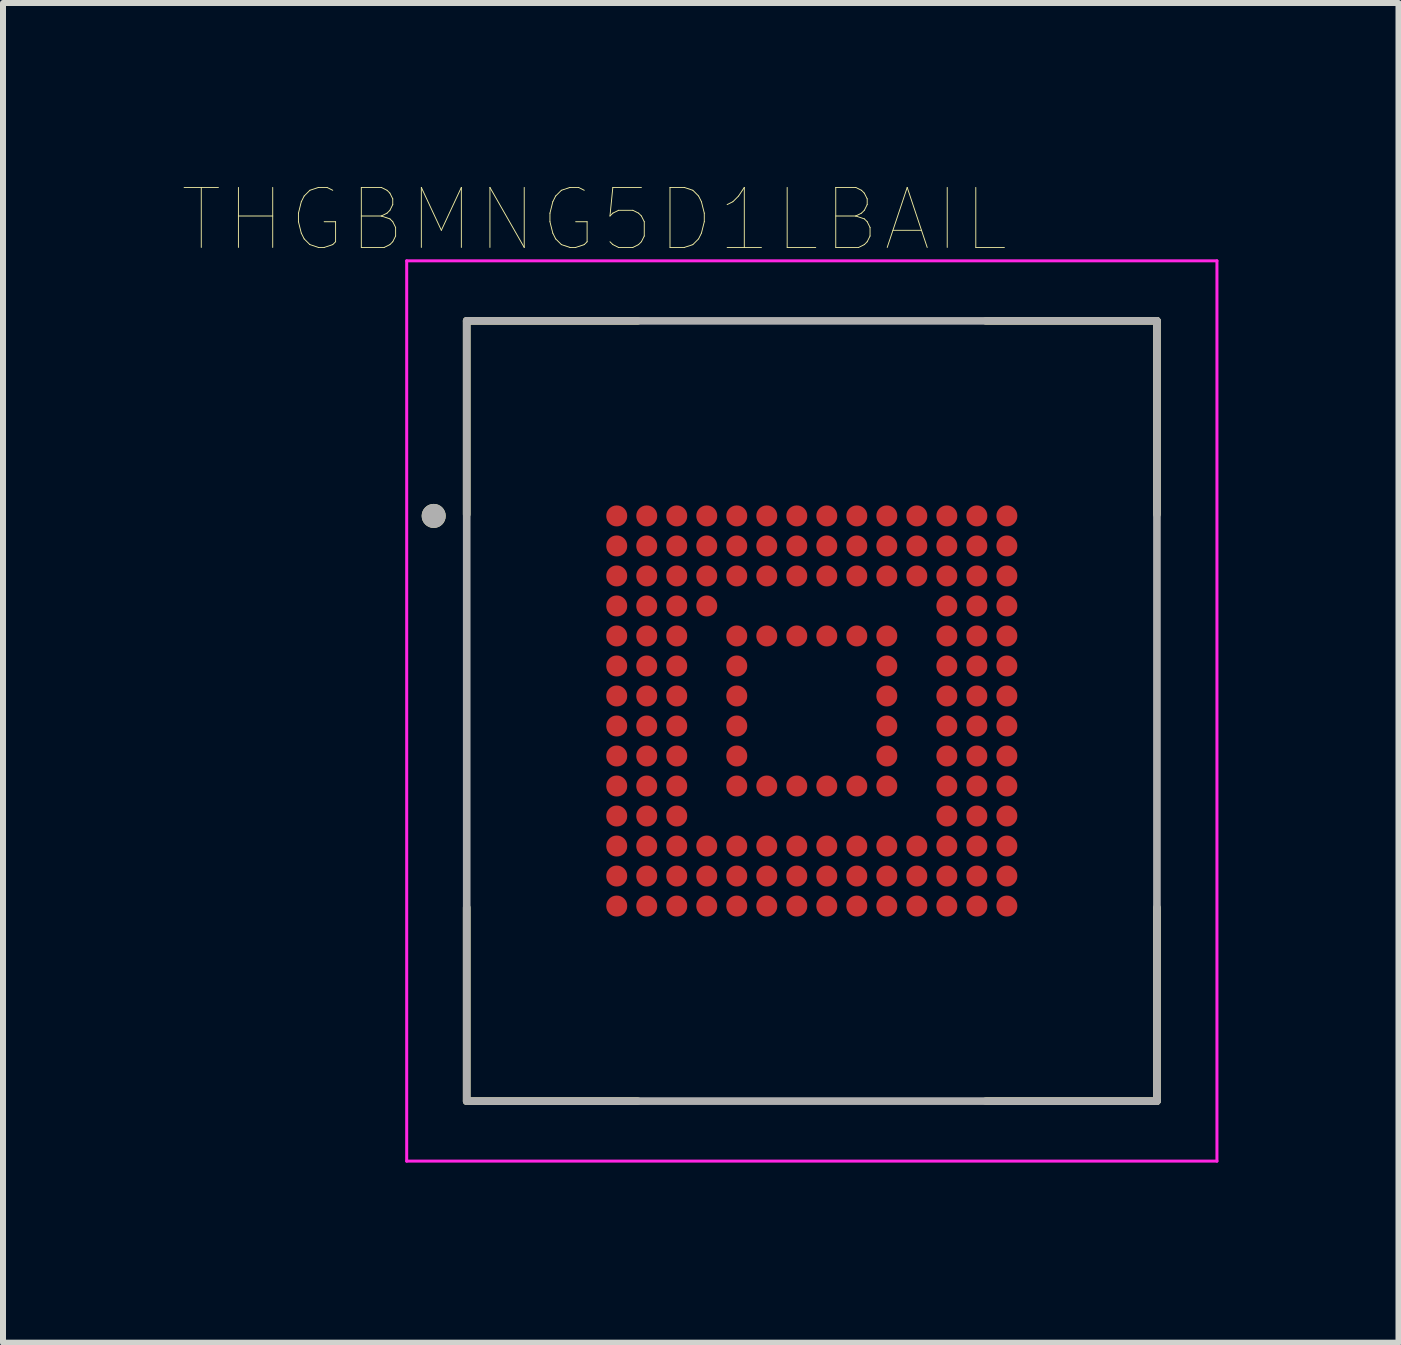
<source format=kicad_pcb>
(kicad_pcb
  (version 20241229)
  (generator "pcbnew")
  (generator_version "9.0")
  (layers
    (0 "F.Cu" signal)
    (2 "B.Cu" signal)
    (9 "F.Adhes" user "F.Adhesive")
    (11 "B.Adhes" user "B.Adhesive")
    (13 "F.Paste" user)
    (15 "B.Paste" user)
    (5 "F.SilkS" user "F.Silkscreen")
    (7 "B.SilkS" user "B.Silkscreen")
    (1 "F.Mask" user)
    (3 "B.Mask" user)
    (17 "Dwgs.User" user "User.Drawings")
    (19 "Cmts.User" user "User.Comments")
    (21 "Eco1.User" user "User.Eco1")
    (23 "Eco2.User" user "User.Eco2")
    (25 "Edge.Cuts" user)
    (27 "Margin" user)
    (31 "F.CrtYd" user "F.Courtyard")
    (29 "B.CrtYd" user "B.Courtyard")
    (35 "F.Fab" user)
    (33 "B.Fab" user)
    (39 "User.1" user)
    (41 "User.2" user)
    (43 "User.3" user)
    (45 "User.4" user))
  (footprint "THGBMNG5D1LBAIL"
    (layer "F.Cu")
    (at 10.476 8.796)
    (property "Reference" "THGBMNG5D1LBAIL" (at -3.625 -8.185 0) (layer "F.SilkS") (effects (font (size 1 1) (thickness 0.015))))
    (attr smd)
    (fp_line (start -5.75 -6.5) (end -5.75 -3.275) (stroke (width 0.127) (type solid)) (layer "F.SilkS"))
    (fp_line (start -5.75 -6.5) (end -2.9 -6.5) (stroke (width 0.127) (type solid)) (layer "F.SilkS"))
    (fp_line (start -5.75 6.5) (end -5.75 3.275) (stroke (width 0.127) (type solid)) (layer "F.SilkS"))
    (fp_line (start -5.75 6.5) (end -2.9 6.5) (stroke (width 0.127) (type solid)) (layer "F.SilkS"))
    (fp_line (start 5.75 -6.5) (end 2.9 -6.5) (stroke (width 0.127) (type solid)) (layer "F.SilkS"))
    (fp_line (start 5.75 -6.5) (end 5.75 -3.275) (stroke (width 0.127) (type solid)) (layer "F.SilkS"))
    (fp_line (start 5.75 6.5) (end 2.9 6.5) (stroke (width 0.127) (type solid)) (layer "F.SilkS"))
    (fp_line (start 5.75 6.5) (end 5.75 3.275) (stroke (width 0.127) (type solid)) (layer "F.SilkS"))
    (fp_circle (center -6.3 -3.25) (end -6.2 -3.25) (stroke (width 0.2) (type solid)) (fill no) (layer "F.SilkS"))
    (fp_line (start -6.75 -7.5) (end 6.75 -7.5) (stroke (width 0.05) (type solid)) (layer "F.CrtYd"))
    (fp_line (start -6.75 7.5) (end -6.75 -7.5) (stroke (width 0.05) (type solid)) (layer "F.CrtYd"))
    (fp_line (start -6.75 7.5) (end 6.75 7.5) (stroke (width 0.05) (type solid)) (layer "F.CrtYd"))
    (fp_line (start 6.75 7.5) (end 6.75 -7.5) (stroke (width 0.05) (type solid)) (layer "F.CrtYd"))
    (fp_line (start -5.75 6.5) (end -5.75 -6.5) (stroke (width 0.127) (type solid)) (layer "F.Fab"))
    (fp_line (start 5.75 -6.5) (end -5.75 -6.5) (stroke (width 0.127) (type solid)) (layer "F.Fab"))
    (fp_line (start 5.75 6.5) (end -5.75 6.5) (stroke (width 0.127) (type solid)) (layer "F.Fab"))
    (fp_line (start 5.75 6.5) (end 5.75 -6.5) (stroke (width 0.127) (type solid)) (layer "F.Fab"))
    (fp_circle (center -6.3 -3.25) (end -6.2 -3.25) (stroke (width 0.2) (type solid)) (fill no) (layer "F.Fab"))
    (pad "A1" smd circle (at -3.25 -3.25) (size 0.35 0.35) (layers "F.Cu" "F.Mask" "F.Paste"))
    (pad "A2" smd circle (at -2.75 -3.25) (size 0.35 0.35) (layers "F.Cu" "F.Mask" "F.Paste"))
    (pad "A3" smd circle (at -2.25 -3.25) (size 0.35 0.35) (layers "F.Cu" "F.Mask" "F.Paste"))
    (pad "A4" smd circle (at -1.75 -3.25) (size 0.35 0.35) (layers "F.Cu" "F.Mask" "F.Paste"))
    (pad "A5" smd circle (at -1.25 -3.25) (size 0.35 0.35) (layers "F.Cu" "F.Mask" "F.Paste"))
    (pad "A6" smd circle (at -0.75 -3.25) (size 0.35 0.35) (layers "F.Cu" "F.Mask" "F.Paste"))
    (pad "A7" smd circle (at -0.25 -3.25) (size 0.35 0.35) (layers "F.Cu" "F.Mask" "F.Paste"))
    (pad "A8" smd circle (at 0.25 -3.25) (size 0.35 0.35) (layers "F.Cu" "F.Mask" "F.Paste"))
    (pad "A9" smd circle (at 0.75 -3.25) (size 0.35 0.35) (layers "F.Cu" "F.Mask" "F.Paste"))
    (pad "A10" smd circle (at 1.25 -3.25) (size 0.35 0.35) (layers "F.Cu" "F.Mask" "F.Paste"))
    (pad "A11" smd circle (at 1.75 -3.25) (size 0.35 0.35) (layers "F.Cu" "F.Mask" "F.Paste"))
    (pad "A12" smd circle (at 2.25 -3.25) (size 0.35 0.35) (layers "F.Cu" "F.Mask" "F.Paste"))
    (pad "A13" smd circle (at 2.75 -3.25) (size 0.35 0.35) (layers "F.Cu" "F.Mask" "F.Paste"))
    (pad "A14" smd circle (at 3.25 -3.25) (size 0.35 0.35) (layers "F.Cu" "F.Mask" "F.Paste"))
    (pad "B1" smd circle (at -3.25 -2.75) (size 0.35 0.35) (layers "F.Cu" "F.Mask" "F.Paste"))
    (pad "B2" smd circle (at -2.75 -2.75) (size 0.35 0.35) (layers "F.Cu" "F.Mask" "F.Paste"))
    (pad "B3" smd circle (at -2.25 -2.75) (size 0.35 0.35) (layers "F.Cu" "F.Mask" "F.Paste"))
    (pad "B4" smd circle (at -1.75 -2.75) (size 0.35 0.35) (layers "F.Cu" "F.Mask" "F.Paste"))
    (pad "B5" smd circle (at -1.25 -2.75) (size 0.35 0.35) (layers "F.Cu" "F.Mask" "F.Paste"))
    (pad "B6" smd circle (at -0.75 -2.75) (size 0.35 0.35) (layers "F.Cu" "F.Mask" "F.Paste"))
    (pad "B7" smd circle (at -0.25 -2.75) (size 0.35 0.35) (layers "F.Cu" "F.Mask" "F.Paste"))
    (pad "B8" smd circle (at 0.25 -2.75) (size 0.35 0.35) (layers "F.Cu" "F.Mask" "F.Paste"))
    (pad "B9" smd circle (at 0.75 -2.75) (size 0.35 0.35) (layers "F.Cu" "F.Mask" "F.Paste"))
    (pad "B10" smd circle (at 1.25 -2.75) (size 0.35 0.35) (layers "F.Cu" "F.Mask" "F.Paste"))
    (pad "B11" smd circle (at 1.75 -2.75) (size 0.35 0.35) (layers "F.Cu" "F.Mask" "F.Paste"))
    (pad "B12" smd circle (at 2.25 -2.75) (size 0.35 0.35) (layers "F.Cu" "F.Mask" "F.Paste"))
    (pad "B13" smd circle (at 2.75 -2.75) (size 0.35 0.35) (layers "F.Cu" "F.Mask" "F.Paste"))
    (pad "B14" smd circle (at 3.25 -2.75) (size 0.35 0.35) (layers "F.Cu" "F.Mask" "F.Paste"))
    (pad "C1" smd circle (at -3.25 -2.25) (size 0.35 0.35) (layers "F.Cu" "F.Mask" "F.Paste"))
    (pad "C2" smd circle (at -2.75 -2.25) (size 0.35 0.35) (layers "F.Cu" "F.Mask" "F.Paste"))
    (pad "C3" smd circle (at -2.25 -2.25) (size 0.35 0.35) (layers "F.Cu" "F.Mask" "F.Paste"))
    (pad "C4" smd circle (at -1.75 -2.25) (size 0.35 0.35) (layers "F.Cu" "F.Mask" "F.Paste"))
    (pad "C5" smd circle (at -1.25 -2.25) (size 0.35 0.35) (layers "F.Cu" "F.Mask" "F.Paste"))
    (pad "C6" smd circle (at -0.75 -2.25) (size 0.35 0.35) (layers "F.Cu" "F.Mask" "F.Paste"))
    (pad "C7" smd circle (at -0.25 -2.25) (size 0.35 0.35) (layers "F.Cu" "F.Mask" "F.Paste"))
    (pad "C8" smd circle (at 0.25 -2.25) (size 0.35 0.35) (layers "F.Cu" "F.Mask" "F.Paste"))
    (pad "C9" smd circle (at 0.75 -2.25) (size 0.35 0.35) (layers "F.Cu" "F.Mask" "F.Paste"))
    (pad "C10" smd circle (at 1.25 -2.25) (size 0.35 0.35) (layers "F.Cu" "F.Mask" "F.Paste"))
    (pad "C11" smd circle (at 1.75 -2.25) (size 0.35 0.35) (layers "F.Cu" "F.Mask" "F.Paste"))
    (pad "C12" smd circle (at 2.25 -2.25) (size 0.35 0.35) (layers "F.Cu" "F.Mask" "F.Paste"))
    (pad "C13" smd circle (at 2.75 -2.25) (size 0.35 0.35) (layers "F.Cu" "F.Mask" "F.Paste"))
    (pad "C14" smd circle (at 3.25 -2.25) (size 0.35 0.35) (layers "F.Cu" "F.Mask" "F.Paste"))
    (pad "D1" smd circle (at -3.25 -1.75) (size 0.35 0.35) (layers "F.Cu" "F.Mask" "F.Paste"))
    (pad "D2" smd circle (at -2.75 -1.75) (size 0.35 0.35) (layers "F.Cu" "F.Mask" "F.Paste"))
    (pad "D3" smd circle (at -2.25 -1.75) (size 0.35 0.35) (layers "F.Cu" "F.Mask" "F.Paste"))
    (pad "D4" smd circle (at -1.75 -1.75) (size 0.35 0.35) (layers "F.Cu" "F.Mask" "F.Paste"))
    (pad "D12" smd circle (at 2.25 -1.75) (size 0.35 0.35) (layers "F.Cu" "F.Mask" "F.Paste"))
    (pad "D13" smd circle (at 2.75 -1.75) (size 0.35 0.35) (layers "F.Cu" "F.Mask" "F.Paste"))
    (pad "D14" smd circle (at 3.25 -1.75) (size 0.35 0.35) (layers "F.Cu" "F.Mask" "F.Paste"))
    (pad "E1" smd circle (at -3.25 -1.25) (size 0.35 0.35) (layers "F.Cu" "F.Mask" "F.Paste"))
    (pad "E2" smd circle (at -2.75 -1.25) (size 0.35 0.35) (layers "F.Cu" "F.Mask" "F.Paste"))
    (pad "E3" smd circle (at -2.25 -1.25) (size 0.35 0.35) (layers "F.Cu" "F.Mask" "F.Paste"))
    (pad "E5" smd circle (at -1.25 -1.25) (size 0.35 0.35) (layers "F.Cu" "F.Mask" "F.Paste"))
    (pad "E6" smd circle (at -0.75 -1.25) (size 0.35 0.35) (layers "F.Cu" "F.Mask" "F.Paste"))
    (pad "E7" smd circle (at -0.25 -1.25) (size 0.35 0.35) (layers "F.Cu" "F.Mask" "F.Paste"))
    (pad "E8" smd circle (at 0.25 -1.25) (size 0.35 0.35) (layers "F.Cu" "F.Mask" "F.Paste"))
    (pad "E9" smd circle (at 0.75 -1.25) (size 0.35 0.35) (layers "F.Cu" "F.Mask" "F.Paste"))
    (pad "E10" smd circle (at 1.25 -1.25) (size 0.35 0.35) (layers "F.Cu" "F.Mask" "F.Paste"))
    (pad "E12" smd circle (at 2.25 -1.25) (size 0.35 0.35) (layers "F.Cu" "F.Mask" "F.Paste"))
    (pad "E13" smd circle (at 2.75 -1.25) (size 0.35 0.35) (layers "F.Cu" "F.Mask" "F.Paste"))
    (pad "E14" smd circle (at 3.25 -1.25) (size 0.35 0.35) (layers "F.Cu" "F.Mask" "F.Paste"))
    (pad "F1" smd circle (at -3.25 -0.75) (size 0.35 0.35) (layers "F.Cu" "F.Mask" "F.Paste"))
    (pad "F2" smd circle (at -2.75 -0.75) (size 0.35 0.35) (layers "F.Cu" "F.Mask" "F.Paste"))
    (pad "F3" smd circle (at -2.25 -0.75) (size 0.35 0.35) (layers "F.Cu" "F.Mask" "F.Paste"))
    (pad "F5" smd circle (at -1.25 -0.75) (size 0.35 0.35) (layers "F.Cu" "F.Mask" "F.Paste"))
    (pad "F10" smd circle (at 1.25 -0.75) (size 0.35 0.35) (layers "F.Cu" "F.Mask" "F.Paste"))
    (pad "F12" smd circle (at 2.25 -0.75) (size 0.35 0.35) (layers "F.Cu" "F.Mask" "F.Paste"))
    (pad "F13" smd circle (at 2.75 -0.75) (size 0.35 0.35) (layers "F.Cu" "F.Mask" "F.Paste"))
    (pad "F14" smd circle (at 3.25 -0.75) (size 0.35 0.35) (layers "F.Cu" "F.Mask" "F.Paste"))
    (pad "G1" smd circle (at -3.25 -0.25) (size 0.35 0.35) (layers "F.Cu" "F.Mask" "F.Paste"))
    (pad "G2" smd circle (at -2.75 -0.25) (size 0.35 0.35) (layers "F.Cu" "F.Mask" "F.Paste"))
    (pad "G3" smd circle (at -2.25 -0.25) (size 0.35 0.35) (layers "F.Cu" "F.Mask" "F.Paste"))
    (pad "G5" smd circle (at -1.25 -0.25) (size 0.35 0.35) (layers "F.Cu" "F.Mask" "F.Paste"))
    (pad "G10" smd circle (at 1.25 -0.25) (size 0.35 0.35) (layers "F.Cu" "F.Mask" "F.Paste"))
    (pad "G12" smd circle (at 2.25 -0.25) (size 0.35 0.35) (layers "F.Cu" "F.Mask" "F.Paste"))
    (pad "G13" smd circle (at 2.75 -0.25) (size 0.35 0.35) (layers "F.Cu" "F.Mask" "F.Paste"))
    (pad "G14" smd circle (at 3.25 -0.25) (size 0.35 0.35) (layers "F.Cu" "F.Mask" "F.Paste"))
    (pad "H1" smd circle (at -3.25 0.25) (size 0.35 0.35) (layers "F.Cu" "F.Mask" "F.Paste"))
    (pad "H2" smd circle (at -2.75 0.25) (size 0.35 0.35) (layers "F.Cu" "F.Mask" "F.Paste"))
    (pad "H3" smd circle (at -2.25 0.25) (size 0.35 0.35) (layers "F.Cu" "F.Mask" "F.Paste"))
    (pad "H5" smd circle (at -1.25 0.25) (size 0.35 0.35) (layers "F.Cu" "F.Mask" "F.Paste"))
    (pad "H10" smd circle (at 1.25 0.25) (size 0.35 0.35) (layers "F.Cu" "F.Mask" "F.Paste"))
    (pad "H12" smd circle (at 2.25 0.25) (size 0.35 0.35) (layers "F.Cu" "F.Mask" "F.Paste"))
    (pad "H13" smd circle (at 2.75 0.25) (size 0.35 0.35) (layers "F.Cu" "F.Mask" "F.Paste"))
    (pad "H14" smd circle (at 3.25 0.25) (size 0.35 0.35) (layers "F.Cu" "F.Mask" "F.Paste"))
    (pad "J1" smd circle (at -3.25 0.75) (size 0.35 0.35) (layers "F.Cu" "F.Mask" "F.Paste"))
    (pad "J2" smd circle (at -2.75 0.75) (size 0.35 0.35) (layers "F.Cu" "F.Mask" "F.Paste"))
    (pad "J3" smd circle (at -2.25 0.75) (size 0.35 0.35) (layers "F.Cu" "F.Mask" "F.Paste"))
    (pad "J5" smd circle (at -1.25 0.75) (size 0.35 0.35) (layers "F.Cu" "F.Mask" "F.Paste"))
    (pad "J10" smd circle (at 1.25 0.75) (size 0.35 0.35) (layers "F.Cu" "F.Mask" "F.Paste"))
    (pad "J12" smd circle (at 2.25 0.75) (size 0.35 0.35) (layers "F.Cu" "F.Mask" "F.Paste"))
    (pad "J13" smd circle (at 2.75 0.75) (size 0.35 0.35) (layers "F.Cu" "F.Mask" "F.Paste"))
    (pad "J14" smd circle (at 3.25 0.75) (size 0.35 0.35) (layers "F.Cu" "F.Mask" "F.Paste"))
    (pad "K1" smd circle (at -3.25 1.25) (size 0.35 0.35) (layers "F.Cu" "F.Mask" "F.Paste"))
    (pad "K2" smd circle (at -2.75 1.25) (size 0.35 0.35) (layers "F.Cu" "F.Mask" "F.Paste"))
    (pad "K3" smd circle (at -2.25 1.25) (size 0.35 0.35) (layers "F.Cu" "F.Mask" "F.Paste"))
    (pad "K5" smd circle (at -1.25 1.25) (size 0.35 0.35) (layers "F.Cu" "F.Mask" "F.Paste"))
    (pad "K6" smd circle (at -0.75 1.25) (size 0.35 0.35) (layers "F.Cu" "F.Mask" "F.Paste"))
    (pad "K7" smd circle (at -0.25 1.25) (size 0.35 0.35) (layers "F.Cu" "F.Mask" "F.Paste"))
    (pad "K8" smd circle (at 0.25 1.25) (size 0.35 0.35) (layers "F.Cu" "F.Mask" "F.Paste"))
    (pad "K9" smd circle (at 0.75 1.25) (size 0.35 0.35) (layers "F.Cu" "F.Mask" "F.Paste"))
    (pad "K10" smd circle (at 1.25 1.25) (size 0.35 0.35) (layers "F.Cu" "F.Mask" "F.Paste"))
    (pad "K12" smd circle (at 2.25 1.25) (size 0.35 0.35) (layers "F.Cu" "F.Mask" "F.Paste"))
    (pad "K13" smd circle (at 2.75 1.25) (size 0.35 0.35) (layers "F.Cu" "F.Mask" "F.Paste"))
    (pad "K14" smd circle (at 3.25 1.25) (size 0.35 0.35) (layers "F.Cu" "F.Mask" "F.Paste"))
    (pad "L1" smd circle (at -3.25 1.75) (size 0.35 0.35) (layers "F.Cu" "F.Mask" "F.Paste"))
    (pad "L2" smd circle (at -2.75 1.75) (size 0.35 0.35) (layers "F.Cu" "F.Mask" "F.Paste"))
    (pad "L3" smd circle (at -2.25 1.75) (size 0.35 0.35) (layers "F.Cu" "F.Mask" "F.Paste"))
    (pad "L12" smd circle (at 2.25 1.75) (size 0.35 0.35) (layers "F.Cu" "F.Mask" "F.Paste"))
    (pad "L13" smd circle (at 2.75 1.75) (size 0.35 0.35) (layers "F.Cu" "F.Mask" "F.Paste"))
    (pad "L14" smd circle (at 3.25 1.75) (size 0.35 0.35) (layers "F.Cu" "F.Mask" "F.Paste"))
    (pad "M1" smd circle (at -3.25 2.25) (size 0.35 0.35) (layers "F.Cu" "F.Mask" "F.Paste"))
    (pad "M2" smd circle (at -2.75 2.25) (size 0.35 0.35) (layers "F.Cu" "F.Mask" "F.Paste"))
    (pad "M3" smd circle (at -2.25 2.25) (size 0.35 0.35) (layers "F.Cu" "F.Mask" "F.Paste"))
    (pad "M4" smd circle (at -1.75 2.25) (size 0.35 0.35) (layers "F.Cu" "F.Mask" "F.Paste"))
    (pad "M5" smd circle (at -1.25 2.25) (size 0.35 0.35) (layers "F.Cu" "F.Mask" "F.Paste"))
    (pad "M6" smd circle (at -0.75 2.25) (size 0.35 0.35) (layers "F.Cu" "F.Mask" "F.Paste"))
    (pad "M7" smd circle (at -0.25 2.25) (size 0.35 0.35) (layers "F.Cu" "F.Mask" "F.Paste"))
    (pad "M8" smd circle (at 0.25 2.25) (size 0.35 0.35) (layers "F.Cu" "F.Mask" "F.Paste"))
    (pad "M9" smd circle (at 0.75 2.25) (size 0.35 0.35) (layers "F.Cu" "F.Mask" "F.Paste"))
    (pad "M10" smd circle (at 1.25 2.25) (size 0.35 0.35) (layers "F.Cu" "F.Mask" "F.Paste"))
    (pad "M11" smd circle (at 1.75 2.25) (size 0.35 0.35) (layers "F.Cu" "F.Mask" "F.Paste"))
    (pad "M12" smd circle (at 2.25 2.25) (size 0.35 0.35) (layers "F.Cu" "F.Mask" "F.Paste"))
    (pad "M13" smd circle (at 2.75 2.25) (size 0.35 0.35) (layers "F.Cu" "F.Mask" "F.Paste"))
    (pad "M14" smd circle (at 3.25 2.25) (size 0.35 0.35) (layers "F.Cu" "F.Mask" "F.Paste"))
    (pad "N1" smd circle (at -3.25 2.75) (size 0.35 0.35) (layers "F.Cu" "F.Mask" "F.Paste"))
    (pad "N2" smd circle (at -2.75 2.75) (size 0.35 0.35) (layers "F.Cu" "F.Mask" "F.Paste"))
    (pad "N3" smd circle (at -2.25 2.75) (size 0.35 0.35) (layers "F.Cu" "F.Mask" "F.Paste"))
    (pad "N4" smd circle (at -1.75 2.75) (size 0.35 0.35) (layers "F.Cu" "F.Mask" "F.Paste"))
    (pad "N5" smd circle (at -1.25 2.75) (size 0.35 0.35) (layers "F.Cu" "F.Mask" "F.Paste"))
    (pad "N6" smd circle (at -0.75 2.75) (size 0.35 0.35) (layers "F.Cu" "F.Mask" "F.Paste"))
    (pad "N7" smd circle (at -0.25 2.75) (size 0.35 0.35) (layers "F.Cu" "F.Mask" "F.Paste"))
    (pad "N8" smd circle (at 0.25 2.75) (size 0.35 0.35) (layers "F.Cu" "F.Mask" "F.Paste"))
    (pad "N9" smd circle (at 0.75 2.75) (size 0.35 0.35) (layers "F.Cu" "F.Mask" "F.Paste"))
    (pad "N10" smd circle (at 1.25 2.75) (size 0.35 0.35) (layers "F.Cu" "F.Mask" "F.Paste"))
    (pad "N11" smd circle (at 1.75 2.75) (size 0.35 0.35) (layers "F.Cu" "F.Mask" "F.Paste"))
    (pad "N12" smd circle (at 2.25 2.75) (size 0.35 0.35) (layers "F.Cu" "F.Mask" "F.Paste"))
    (pad "N13" smd circle (at 2.75 2.75) (size 0.35 0.35) (layers "F.Cu" "F.Mask" "F.Paste"))
    (pad "N14" smd circle (at 3.25 2.75) (size 0.35 0.35) (layers "F.Cu" "F.Mask" "F.Paste"))
    (pad "P1" smd circle (at -3.25 3.25) (size 0.35 0.35) (layers "F.Cu" "F.Mask" "F.Paste"))
    (pad "P2" smd circle (at -2.75 3.25) (size 0.35 0.35) (layers "F.Cu" "F.Mask" "F.Paste"))
    (pad "P3" smd circle (at -2.25 3.25) (size 0.35 0.35) (layers "F.Cu" "F.Mask" "F.Paste"))
    (pad "P4" smd circle (at -1.75 3.25) (size 0.35 0.35) (layers "F.Cu" "F.Mask" "F.Paste"))
    (pad "P5" smd circle (at -1.25 3.25) (size 0.35 0.35) (layers "F.Cu" "F.Mask" "F.Paste"))
    (pad "P6" smd circle (at -0.75 3.25) (size 0.35 0.35) (layers "F.Cu" "F.Mask" "F.Paste"))
    (pad "P7" smd circle (at -0.25 3.25) (size 0.35 0.35) (layers "F.Cu" "F.Mask" "F.Paste"))
    (pad "P8" smd circle (at 0.25 3.25) (size 0.35 0.35) (layers "F.Cu" "F.Mask" "F.Paste"))
    (pad "P9" smd circle (at 0.75 3.25) (size 0.35 0.35) (layers "F.Cu" "F.Mask" "F.Paste"))
    (pad "P10" smd circle (at 1.25 3.25) (size 0.35 0.35) (layers "F.Cu" "F.Mask" "F.Paste"))
    (pad "P11" smd circle (at 1.75 3.25) (size 0.35 0.35) (layers "F.Cu" "F.Mask" "F.Paste"))
    (pad "P12" smd circle (at 2.25 3.25) (size 0.35 0.35) (layers "F.Cu" "F.Mask" "F.Paste"))
    (pad "P13" smd circle (at 2.75 3.25) (size 0.35 0.35) (layers "F.Cu" "F.Mask" "F.Paste"))
    (pad "P14" smd circle (at 3.25 3.25) (size 0.35 0.35) (layers "F.Cu" "F.Mask" "F.Paste")))
  (gr_rect
    (start -3 -3)
    (end 20.251 19.321)
    (stroke (width 0.1) (type default))
    (fill no)
    (layer "Edge.Cuts")))
</source>
